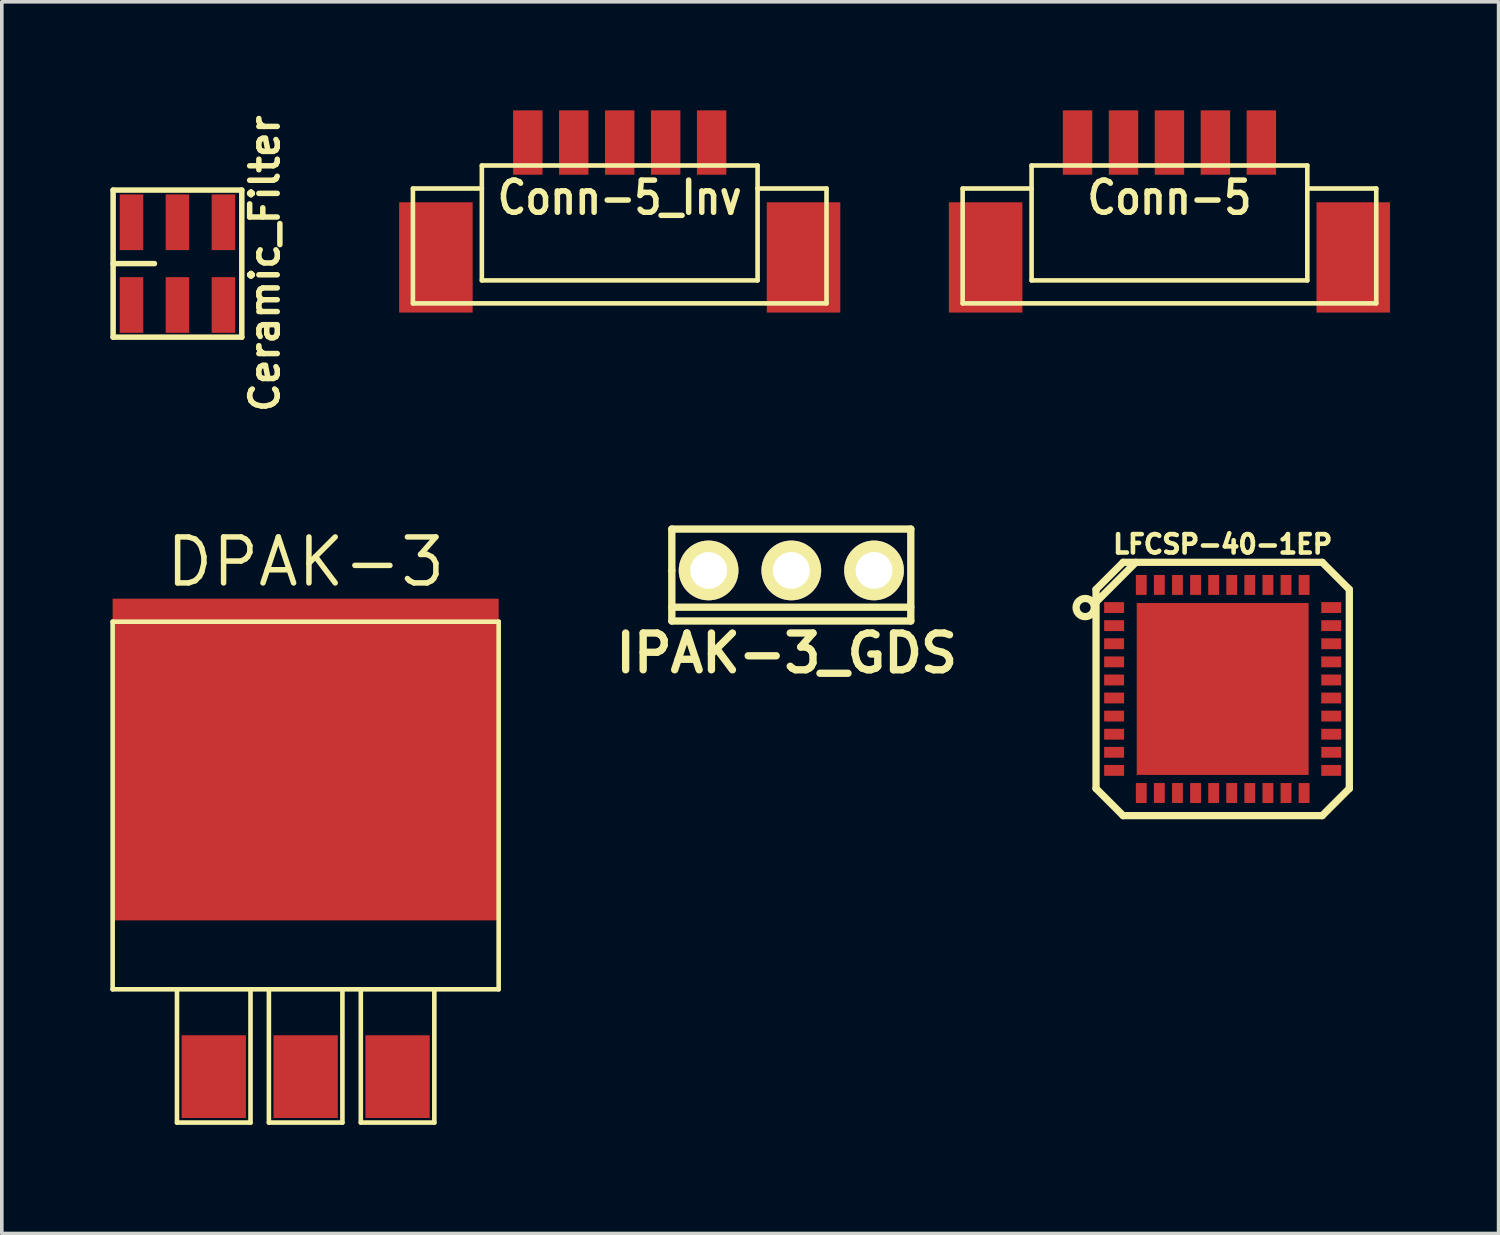
<source format=kicad_pcb>
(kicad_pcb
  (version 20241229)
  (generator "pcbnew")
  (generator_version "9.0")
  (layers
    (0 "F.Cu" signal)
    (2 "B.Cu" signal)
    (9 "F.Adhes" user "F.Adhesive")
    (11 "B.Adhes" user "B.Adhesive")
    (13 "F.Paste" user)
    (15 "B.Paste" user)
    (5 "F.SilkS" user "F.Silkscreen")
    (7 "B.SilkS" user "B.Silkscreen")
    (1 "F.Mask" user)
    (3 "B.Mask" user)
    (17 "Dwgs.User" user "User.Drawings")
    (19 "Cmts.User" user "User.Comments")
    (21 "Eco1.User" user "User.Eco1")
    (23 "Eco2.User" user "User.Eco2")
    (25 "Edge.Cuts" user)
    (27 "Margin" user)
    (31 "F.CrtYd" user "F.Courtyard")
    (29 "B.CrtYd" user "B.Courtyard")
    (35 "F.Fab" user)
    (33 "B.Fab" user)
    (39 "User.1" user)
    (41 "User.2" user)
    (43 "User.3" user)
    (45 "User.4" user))
  (footprint "Ceramic_Filter"
    (layer "F.Cu")
    (at 1.854 4.235)
    (property "Reference" "Ceramic_Filter" (at 2.413 0 90) (layer "F.SilkS") (effects (font (size 0.762 0.762) (thickness 0.152))))
    (attr through_hole)
    (fp_line (start -1.778 -2.032) (end 1.778 -2.032) (stroke (width 0.152) (type solid)) (layer "F.SilkS"))
    (fp_line (start -1.778 0) (end -0.635 0) (stroke (width 0.152) (type solid)) (layer "F.SilkS"))
    (fp_line (start -1.778 2.032) (end -1.778 -2.032) (stroke (width 0.152) (type solid)) (layer "F.SilkS"))
    (fp_line (start 1.778 -2.032) (end 1.778 2.032) (stroke (width 0.152) (type solid)) (layer "F.SilkS"))
    (fp_line (start 1.778 2.032) (end -1.778 2.032) (stroke (width 0.152) (type solid)) (layer "F.SilkS"))
    (pad "1" smd rect (at -1.27 1.143) (size 0.65 1.539) (layers "F.Cu" "F.Mask" "F.Paste"))
    (pad "2" smd rect (at 0 1.143) (size 0.65 1.539) (layers "F.Cu" "F.Mask" "F.Paste"))
    (pad "3" smd rect (at 1.27 1.143) (size 0.65 1.539) (layers "F.Cu" "F.Mask" "F.Paste"))
    (pad "4" smd rect (at 1.27 -1.143) (size 0.65 1.539) (layers "F.Cu" "F.Mask" "F.Paste"))
    (pad "5" smd rect (at 0 -1.143) (size 0.65 1.539) (layers "F.Cu" "F.Mask" "F.Paste"))
    (pad "6" smd rect (at -1.27 -1.143) (size 0.65 1.539) (layers "F.Cu" "F.Mask" "F.Paste")))
  (footprint "Conn-5_Inv"
    (layer "F.Cu")
    (at 14.076 0.889)
    (property "Reference" "Conn-5_Inv" (at 0 1.524 0) (layer "F.SilkS") (effects (font (size 0.889 0.762) (thickness 0.152))))
    (attr smd)
    (fp_line (start -5.715 1.27) (end -3.81 1.27) (stroke (width 0.127) (type solid)) (layer "F.SilkS"))
    (fp_line (start -5.715 4.445) (end -5.715 1.27) (stroke (width 0.127) (type solid)) (layer "F.SilkS"))
    (fp_line (start -3.81 0.635) (end 3.81 0.635) (stroke (width 0.127) (type solid)) (layer "F.SilkS"))
    (fp_line (start -3.81 1.27) (end -3.81 0.635) (stroke (width 0.127) (type solid)) (layer "F.SilkS"))
    (fp_line (start -3.81 3.81) (end -3.81 1.27) (stroke (width 0.127) (type solid)) (layer "F.SilkS"))
    (fp_line (start 3.81 0.635) (end 3.81 1.27) (stroke (width 0.127) (type solid)) (layer "F.SilkS"))
    (fp_line (start 3.81 1.27) (end 3.81 3.81) (stroke (width 0.127) (type solid)) (layer "F.SilkS"))
    (fp_line (start 3.81 1.27) (end 5.715 1.27) (stroke (width 0.127) (type solid)) (layer "F.SilkS"))
    (fp_line (start 3.81 3.81) (end -3.81 3.81) (stroke (width 0.127) (type solid)) (layer "F.SilkS"))
    (fp_line (start 5.715 4.445) (end -5.715 4.445) (stroke (width 0.127) (type solid)) (layer "F.SilkS"))
    (fp_line (start 5.715 4.445) (end 5.715 1.27) (stroke (width 0.127) (type solid)) (layer "F.SilkS"))
    (pad "" smd rect (at -5.08 3.175) (size 2.032 3.048) (layers "F.Cu" "F.Mask" "F.Paste"))
    (pad "" smd rect (at 5.08 3.175) (size 2.032 3.048) (layers "F.Cu" "F.Mask" "F.Paste"))
    (pad "1" smd rect (at -2.54 0) (size 0.813 1.778) (layers "F.Cu" "F.Mask" "F.Paste"))
    (pad "2" smd rect (at -1.27 0) (size 0.813 1.778) (layers "F.Cu" "F.Mask" "F.Paste"))
    (pad "3" smd rect (at 0 0) (size 0.813 1.778) (layers "F.Cu" "F.Mask" "F.Paste"))
    (pad "4" smd rect (at 1.27 0) (size 0.813 1.778) (layers "F.Cu" "F.Mask" "F.Paste"))
    (pad "5" smd rect (at 2.54 0) (size 0.813 1.778) (layers "F.Cu" "F.Mask" "F.Paste")))
  (footprint "LFCSP-40-1EP"
    (layer "F.Cu")
    (at 30.739 15.99)
    (property "Reference" "LFCSP-40-1EP" (at 0 -4 0) (layer "F.SilkS") (effects (font (size 0.508 0.508) (thickness 0.127))))
    (attr smd)
    (fp_line (start -3.5 -2.751) (end -2.751 -3.5) (stroke (width 0.201) (type solid)) (layer "F.SilkS"))
    (fp_line (start -3.5 -2.4) (end -2.4 -3.5) (stroke (width 0.201) (type solid)) (layer "F.SilkS"))
    (fp_line (start -3.5 2.751) (end -3.5 -2.751) (stroke (width 0.201) (type solid)) (layer "F.SilkS"))
    (fp_line (start -2.751 -3.5) (end 2.751 -3.5) (stroke (width 0.201) (type solid)) (layer "F.SilkS"))
    (fp_line (start -2.751 3.5) (end -3.5 2.751) (stroke (width 0.201) (type solid)) (layer "F.SilkS"))
    (fp_line (start 2.751 -3.5) (end 3.5 -2.751) (stroke (width 0.201) (type solid)) (layer "F.SilkS"))
    (fp_line (start 2.751 3.5) (end -2.751 3.5) (stroke (width 0.201) (type solid)) (layer "F.SilkS"))
    (fp_line (start 2.751 3.5) (end 3.5 2.751) (stroke (width 0.201) (type solid)) (layer "F.SilkS"))
    (fp_line (start 3.5 -2.751) (end 3.5 2.751) (stroke (width 0.201) (type solid)) (layer "F.SilkS"))
    (fp_circle (center -3.8 -2.25) (end -4.051 -2.25) (stroke (width 0.201) (type solid)) (fill no) (layer "F.SilkS"))
    (pad "1" smd rect (at -3 -2.25 270) (size 0.3 0.551) (layers "F.Cu" "F.Mask" "F.Paste"))
    (pad "2" smd rect (at -3 -1.75 270) (size 0.3 0.551) (layers "F.Cu" "F.Mask" "F.Paste"))
    (pad "3" smd rect (at -3 -1.25 270) (size 0.3 0.551) (layers "F.Cu" "F.Mask" "F.Paste"))
    (pad "4" smd rect (at -3 -0.749 270) (size 0.3 0.551) (layers "F.Cu" "F.Mask" "F.Paste"))
    (pad "5" smd rect (at -3 -0.249 270) (size 0.3 0.551) (layers "F.Cu" "F.Mask" "F.Paste"))
    (pad "6" smd rect (at -3 0.249 270) (size 0.3 0.551) (layers "F.Cu" "F.Mask" "F.Paste"))
    (pad "7" smd rect (at -3 0.749 270) (size 0.3 0.551) (layers "F.Cu" "F.Mask" "F.Paste"))
    (pad "8" smd rect (at -3 1.25 270) (size 0.3 0.551) (layers "F.Cu" "F.Mask" "F.Paste"))
    (pad "9" smd rect (at -3 1.75 270) (size 0.3 0.551) (layers "F.Cu" "F.Mask" "F.Paste"))
    (pad "10" smd rect (at -3 2.25 270) (size 0.3 0.551) (layers "F.Cu" "F.Mask" "F.Paste"))
    (pad "11" smd rect (at -2.25 2.875) (size 0.3 0.551) (layers "F.Cu" "F.Mask" "F.Paste"))
    (pad "12" smd rect (at -1.75 2.875) (size 0.3 0.551) (layers "F.Cu" "F.Mask" "F.Paste"))
    (pad "13" smd rect (at -1.25 2.875) (size 0.3 0.551) (layers "F.Cu" "F.Mask" "F.Paste"))
    (pad "14" smd rect (at -0.749 2.875) (size 0.3 0.551) (layers "F.Cu" "F.Mask" "F.Paste"))
    (pad "15" smd rect (at -0.249 2.875) (size 0.3 0.551) (layers "F.Cu" "F.Mask" "F.Paste"))
    (pad "16" smd rect (at 0.249 2.875) (size 0.3 0.551) (layers "F.Cu" "F.Mask" "F.Paste"))
    (pad "17" smd rect (at 0.749 2.875) (size 0.3 0.551) (layers "F.Cu" "F.Mask" "F.Paste"))
    (pad "18" smd rect (at 1.25 2.875) (size 0.3 0.551) (layers "F.Cu" "F.Mask" "F.Paste"))
    (pad "19" smd rect (at 1.75 2.875) (size 0.3 0.551) (layers "F.Cu" "F.Mask" "F.Paste"))
    (pad "20" smd rect (at 2.25 2.875) (size 0.3 0.551) (layers "F.Cu" "F.Mask" "F.Paste"))
    (pad "21" smd rect (at 3 2.25 270) (size 0.3 0.551) (layers "F.Cu" "F.Mask" "F.Paste"))
    (pad "22" smd rect (at 3 1.75 270) (size 0.3 0.551) (layers "F.Cu" "F.Mask" "F.Paste"))
    (pad "23" smd rect (at 3 1.25 270) (size 0.3 0.551) (layers "F.Cu" "F.Mask" "F.Paste"))
    (pad "24" smd rect (at 3 0.749 270) (size 0.3 0.551) (layers "F.Cu" "F.Mask" "F.Paste"))
    (pad "25" smd rect (at 3 0.249 270) (size 0.3 0.551) (layers "F.Cu" "F.Mask" "F.Paste"))
    (pad "26" smd rect (at 3 -0.249 270) (size 0.3 0.551) (layers "F.Cu" "F.Mask" "F.Paste"))
    (pad "27" smd rect (at 3 -0.749 270) (size 0.3 0.551) (layers "F.Cu" "F.Mask" "F.Paste"))
    (pad "28" smd rect (at 3 -1.25 270) (size 0.3 0.551) (layers "F.Cu" "F.Mask" "F.Paste"))
    (pad "29" smd rect (at 3 -1.75 270) (size 0.3 0.551) (layers "F.Cu" "F.Mask" "F.Paste"))
    (pad "30" smd rect (at 3 -2.25 270) (size 0.3 0.551) (layers "F.Cu" "F.Mask" "F.Paste"))
    (pad "31" smd rect (at 2.25 -2.875) (size 0.3 0.551) (layers "F.Cu" "F.Mask" "F.Paste"))
    (pad "32" smd rect (at 1.75 -2.875) (size 0.3 0.551) (layers "F.Cu" "F.Mask" "F.Paste"))
    (pad "33" smd rect (at 1.25 -2.875) (size 0.3 0.551) (layers "F.Cu" "F.Mask" "F.Paste"))
    (pad "34" smd rect (at 0.749 -2.875) (size 0.3 0.551) (layers "F.Cu" "F.Mask" "F.Paste"))
    (pad "35" smd rect (at 0.251 -2.875) (size 0.3 0.551) (layers "F.Cu" "F.Mask" "F.Paste"))
    (pad "36" smd rect (at -0.249 -2.875) (size 0.3 0.551) (layers "F.Cu" "F.Mask" "F.Paste"))
    (pad "37" smd rect (at -0.749 -2.875) (size 0.3 0.551) (layers "F.Cu" "F.Mask" "F.Paste"))
    (pad "38" smd rect (at -1.25 -2.875) (size 0.3 0.551) (layers "F.Cu" "F.Mask" "F.Paste"))
    (pad "39" smd rect (at -1.75 -2.875) (size 0.3 0.551) (layers "F.Cu" "F.Mask" "F.Paste"))
    (pad "40" smd rect (at -2.25 -2.875) (size 0.3 0.551) (layers "F.Cu" "F.Mask" "F.Paste"))
    (pad "41" smd rect (at 0 0) (size 4.75 4.75) (layers "F.Cu" "F.Mask" "F.Paste")))
  (footprint "DPAK-3"
    (layer "F.Cu")
    (at 5.397 26.703)
    (property "Reference" "DPAK-3" (at 0 -14.224 0) (layer "F.SilkS") (effects (font (size 1.27 1.27) (thickness 0.152))))
    (attr through_hole)
    (fp_line (start -5.334 -12.573) (end -5.334 -2.413) (stroke (width 0.127) (type solid)) (layer "F.SilkS"))
    (fp_line (start -5.334 -2.413) (end 5.334 -2.413) (stroke (width 0.127) (type solid)) (layer "F.SilkS"))
    (fp_line (start -3.556 -2.413) (end -3.556 1.27) (stroke (width 0.127) (type solid)) (layer "F.SilkS"))
    (fp_line (start -3.556 1.27) (end -1.524 1.27) (stroke (width 0.127) (type solid)) (layer "F.SilkS"))
    (fp_line (start -1.524 1.27) (end -1.524 -2.413) (stroke (width 0.127) (type solid)) (layer "F.SilkS"))
    (fp_line (start -1.016 -2.413) (end -1.016 1.27) (stroke (width 0.127) (type solid)) (layer "F.SilkS"))
    (fp_line (start -1.016 1.27) (end 1.016 1.27) (stroke (width 0.127) (type solid)) (layer "F.SilkS"))
    (fp_line (start 1.016 1.27) (end 1.016 -2.413) (stroke (width 0.127) (type solid)) (layer "F.SilkS"))
    (fp_line (start 1.524 -2.413) (end 1.524 1.27) (stroke (width 0.127) (type solid)) (layer "F.SilkS"))
    (fp_line (start 1.524 1.27) (end 3.556 1.27) (stroke (width 0.127) (type solid)) (layer "F.SilkS"))
    (fp_line (start 3.556 1.27) (end 3.556 -2.413) (stroke (width 0.127) (type solid)) (layer "F.SilkS"))
    (fp_line (start 5.334 -12.573) (end -5.334 -12.573) (stroke (width 0.127) (type solid)) (layer "F.SilkS"))
    (fp_line (start 5.334 -2.413) (end 5.334 -12.573) (stroke (width 0.127) (type solid)) (layer "F.SilkS"))
    (pad "1" smd rect (at -2.54 0) (size 1.778 2.286) (layers "F.Cu" "F.Mask" "F.Paste"))
    (pad "2" smd rect (at 0 -8.763) (size 10.668 8.89) (layers "F.Cu" "F.Mask" "F.Paste"))
    (pad "2" smd rect (at 0 0) (size 1.778 2.286) (layers "F.Cu" "F.Mask" "F.Paste"))
    (pad "3" smd rect (at 2.54 0) (size 1.778 2.286) (layers "F.Cu" "F.Mask" "F.Paste")))
  (footprint "Conn-5"
    (layer "F.Cu")
    (at 29.268 0.889)
    (property "Reference" "Conn-5" (at 0 1.524 0) (layer "F.SilkS") (effects (font (size 0.889 0.762) (thickness 0.152))))
    (attr smd)
    (fp_line (start -5.715 1.27) (end -3.81 1.27) (stroke (width 0.127) (type solid)) (layer "F.SilkS"))
    (fp_line (start -5.715 4.445) (end -5.715 1.27) (stroke (width 0.127) (type solid)) (layer "F.SilkS"))
    (fp_line (start -3.81 0.635) (end 3.81 0.635) (stroke (width 0.127) (type solid)) (layer "F.SilkS"))
    (fp_line (start -3.81 1.27) (end -3.81 0.635) (stroke (width 0.127) (type solid)) (layer "F.SilkS"))
    (fp_line (start -3.81 3.81) (end -3.81 1.27) (stroke (width 0.127) (type solid)) (layer "F.SilkS"))
    (fp_line (start 3.81 0.635) (end 3.81 1.27) (stroke (width 0.127) (type solid)) (layer "F.SilkS"))
    (fp_line (start 3.81 1.27) (end 3.81 3.81) (stroke (width 0.127) (type solid)) (layer "F.SilkS"))
    (fp_line (start 3.81 1.27) (end 5.715 1.27) (stroke (width 0.127) (type solid)) (layer "F.SilkS"))
    (fp_line (start 3.81 3.81) (end -3.81 3.81) (stroke (width 0.127) (type solid)) (layer "F.SilkS"))
    (fp_line (start 5.715 4.445) (end -5.715 4.445) (stroke (width 0.127) (type solid)) (layer "F.SilkS"))
    (fp_line (start 5.715 4.445) (end 5.715 1.27) (stroke (width 0.127) (type solid)) (layer "F.SilkS"))
    (pad "" smd rect (at -5.08 3.175) (size 2.032 3.048) (layers "F.Cu" "F.Mask" "F.Paste"))
    (pad "" smd rect (at 5.08 3.175) (size 2.032 3.048) (layers "F.Cu" "F.Mask" "F.Paste"))
    (pad "1" smd rect (at -2.54 0) (size 0.813 1.778) (layers "F.Cu" "F.Mask" "F.Paste"))
    (pad "2" smd rect (at -1.27 0) (size 0.813 1.778) (layers "F.Cu" "F.Mask" "F.Paste"))
    (pad "3" smd rect (at 0 0) (size 0.813 1.778) (layers "F.Cu" "F.Mask" "F.Paste"))
    (pad "4" smd rect (at 1.27 0) (size 0.813 1.778) (layers "F.Cu" "F.Mask" "F.Paste"))
    (pad "5" smd rect (at 2.54 0) (size 0.813 1.778) (layers "F.Cu" "F.Mask" "F.Paste")))
  (footprint "IPAK-3_GDS"
    (layer "F.Cu")
    (at 18.818 12.714)
    (property "Reference" "IPAK-3_GDS" (at -0.127 2.286 0) (layer "F.SilkS") (effects (font (size 1.016 1.016) (thickness 0.203))))
    (attr through_hole)
    (fp_line (start -3.302 -1.143) (end -3.302 0) (stroke (width 0.203) (type solid)) (layer "F.SilkS"))
    (fp_line (start -3.302 0) (end -3.302 1.397) (stroke (width 0.203) (type solid)) (layer "F.SilkS"))
    (fp_line (start -3.302 1.016) (end 3.302 1.016) (stroke (width 0.203) (type solid)) (layer "F.SilkS"))
    (fp_line (start -3.302 1.397) (end 3.302 1.397) (stroke (width 0.203) (type solid)) (layer "F.SilkS"))
    (fp_line (start 3.302 -1.143) (end -3.302 -1.143) (stroke (width 0.203) (type solid)) (layer "F.SilkS"))
    (fp_line (start 3.302 1.397) (end 3.302 -1.143) (stroke (width 0.203) (type solid)) (layer "F.SilkS"))
    (pad "D" thru_hole circle (at 0 0) (size 1.651 1.651) (drill 1.016) (layers "*.Cu" "*.Mask" "F.SilkS"))
    (pad "G" thru_hole circle (at 2.286 0) (size 1.651 1.651) (drill 1.016) (layers "*.Cu" "*.Mask" "F.SilkS"))
    (pad "S" thru_hole circle (at -2.286 0) (size 1.651 1.651) (drill 1.016) (layers "*.Cu" "*.Mask" "F.SilkS")))
  (gr_rect
    (start -3 -3)
    (end 38.364 31.037)
    (stroke (width 0.1) (type default))
    (fill no)
    (layer "Edge.Cuts")))
</source>
